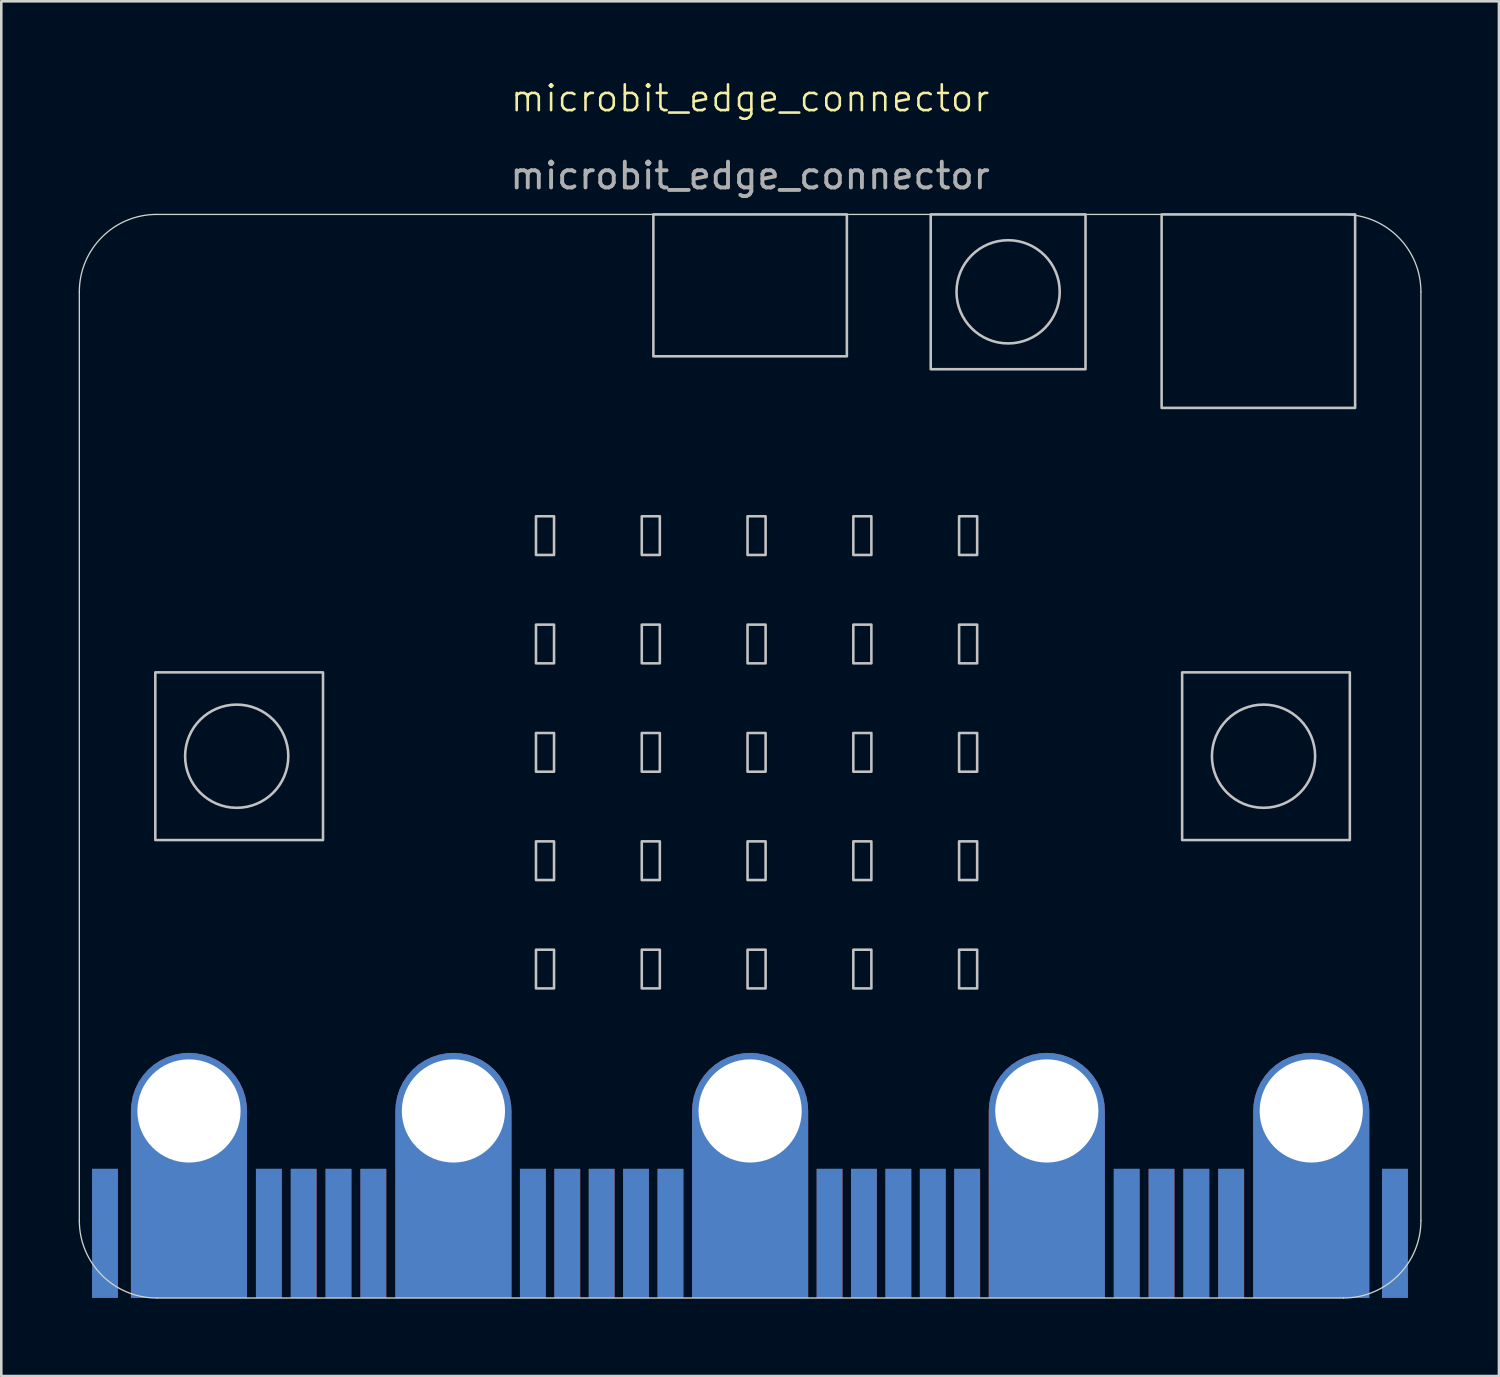
<source format=kicad_pcb>
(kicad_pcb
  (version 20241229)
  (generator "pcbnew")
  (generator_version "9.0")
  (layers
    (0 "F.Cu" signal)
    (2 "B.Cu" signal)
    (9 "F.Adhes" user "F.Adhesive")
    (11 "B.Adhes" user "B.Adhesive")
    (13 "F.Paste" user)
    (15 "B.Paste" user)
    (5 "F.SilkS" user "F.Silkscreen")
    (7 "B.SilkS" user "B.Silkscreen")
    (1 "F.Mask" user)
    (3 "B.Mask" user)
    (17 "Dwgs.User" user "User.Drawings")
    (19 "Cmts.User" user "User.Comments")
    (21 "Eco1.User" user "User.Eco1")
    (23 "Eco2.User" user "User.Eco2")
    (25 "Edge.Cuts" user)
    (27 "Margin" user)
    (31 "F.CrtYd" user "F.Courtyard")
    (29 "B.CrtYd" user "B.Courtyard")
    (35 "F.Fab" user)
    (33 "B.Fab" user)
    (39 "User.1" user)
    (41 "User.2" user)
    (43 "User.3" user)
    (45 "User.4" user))
  (footprint "microbit_edge_connector"
    (layer "F.Cu")
    (at 26.025 26.261)
    (property "Reference" "microbit_edge_connector" (at 0 -25.5 0) (unlocked yes) (layer "F.SilkS") (effects (font (size 1 1) (thickness 0.1))))
    (attr smd)
    (fp_rect (start -23.055 -3.25) (end -16.555 3.25) (stroke (width 0.1) (type default)) (fill no) (layer "Dwgs.User"))
    (fp_rect (start -8.3 -7.8) (end -7.6 -9.3) (stroke (width 0.1) (type default)) (fill no) (layer "Dwgs.User"))
    (fp_rect (start -8.3 -3.6) (end -7.6 -5.1) (stroke (width 0.1) (type default)) (fill no) (layer "Dwgs.User"))
    (fp_rect (start -8.3 0.6) (end -7.6 -0.9) (stroke (width 0.1) (type default)) (fill no) (layer "Dwgs.User"))
    (fp_rect (start -8.3 4.8) (end -7.6 3.3) (stroke (width 0.1) (type default)) (fill no) (layer "Dwgs.User"))
    (fp_rect (start -8.3 9) (end -7.6 7.5) (stroke (width 0.1) (type default)) (fill no) (layer "Dwgs.User"))
    (fp_rect (start -4.2 -7.8) (end -3.5 -9.3) (stroke (width 0.1) (type default)) (fill no) (layer "Dwgs.User"))
    (fp_rect (start -4.2 -3.6) (end -3.5 -5.1) (stroke (width 0.1) (type default)) (fill no) (layer "Dwgs.User"))
    (fp_rect (start -4.2 0.6) (end -3.5 -0.9) (stroke (width 0.1) (type default)) (fill no) (layer "Dwgs.User"))
    (fp_rect (start -4.2 4.8) (end -3.5 3.3) (stroke (width 0.1) (type default)) (fill no) (layer "Dwgs.User"))
    (fp_rect (start -4.2 9) (end -3.5 7.5) (stroke (width 0.1) (type default)) (fill no) (layer "Dwgs.User"))
    (fp_rect (start -3.75 -21) (end 3.75 -15.5) (stroke (width 0.1) (type default)) (fill no) (layer "Dwgs.User"))
    (fp_rect (start -0.1 -7.8) (end 0.6 -9.3) (stroke (width 0.1) (type default)) (fill no) (layer "Dwgs.User"))
    (fp_rect (start -0.1 -3.6) (end 0.6 -5.1) (stroke (width 0.1) (type default)) (fill no) (layer "Dwgs.User"))
    (fp_rect (start -0.1 0.6) (end 0.6 -0.9) (stroke (width 0.1) (type default)) (fill no) (layer "Dwgs.User"))
    (fp_rect (start -0.1 4.8) (end 0.6 3.3) (stroke (width 0.1) (type default)) (fill no) (layer "Dwgs.User"))
    (fp_rect (start -0.1 9) (end 0.6 7.5) (stroke (width 0.1) (type default)) (fill no) (layer "Dwgs.User"))
    (fp_rect (start 4 -7.8) (end 4.7 -9.3) (stroke (width 0.1) (type default)) (fill no) (layer "Dwgs.User"))
    (fp_rect (start 4 -3.6) (end 4.7 -5.1) (stroke (width 0.1) (type default)) (fill no) (layer "Dwgs.User"))
    (fp_rect (start 4 0.6) (end 4.7 -0.9) (stroke (width 0.1) (type default)) (fill no) (layer "Dwgs.User"))
    (fp_rect (start 4 4.8) (end 4.7 3.3) (stroke (width 0.1) (type default)) (fill no) (layer "Dwgs.User"))
    (fp_rect (start 4 9) (end 4.7 7.5) (stroke (width 0.1) (type default)) (fill no) (layer "Dwgs.User"))
    (fp_rect (start 7 -21) (end 13 -15) (stroke (width 0.1) (type default)) (fill no) (layer "Dwgs.User"))
    (fp_rect (start 8.1 -7.8) (end 8.8 -9.3) (stroke (width 0.1) (type default)) (fill no) (layer "Dwgs.User"))
    (fp_rect (start 8.1 -3.6) (end 8.8 -5.1) (stroke (width 0.1) (type default)) (fill no) (layer "Dwgs.User"))
    (fp_rect (start 8.1 0.6) (end 8.8 -0.9) (stroke (width 0.1) (type default)) (fill no) (layer "Dwgs.User"))
    (fp_rect (start 8.1 4.8) (end 8.8 3.3) (stroke (width 0.1) (type default)) (fill no) (layer "Dwgs.User"))
    (fp_rect (start 8.1 9) (end 8.8 7.5) (stroke (width 0.1) (type default)) (fill no) (layer "Dwgs.User"))
    (fp_rect (start 15.95 -21) (end 23.45 -13.5) (stroke (width 0.1) (type default)) (fill no) (layer "Dwgs.User"))
    (fp_rect (start 16.745 -3.25) (end 23.245 3.25) (stroke (width 0.1) (type default)) (fill no) (layer "Dwgs.User"))
    (fp_circle (center -19.9 0) (end -19.9 -2) (stroke (width 0.1) (type default)) (fill no) (layer "Dwgs.User"))
    (fp_circle (center 10 -18) (end 10 -20) (stroke (width 0.1) (type default)) (fill no) (layer "Dwgs.User"))
    (fp_circle (center 19.9 0) (end 19.9 -2) (stroke (width 0.1) (type default)) (fill no) (layer "Dwgs.User"))
    (fp_line (start -26 18) (end -26 -18) (stroke (width 0.05) (type default)) (layer "Edge.Cuts"))
    (fp_line (start -23 -21) (end 23 -21) (stroke (width 0.05) (type default)) (layer "Edge.Cuts"))
    (fp_line (start 23 21) (end -23 21) (stroke (width 0.05) (type default)) (layer "Edge.Cuts"))
    (fp_line (start 26 -18) (end 26 18) (stroke (width 0.05) (type default)) (layer "Edge.Cuts"))
    (fp_arc (start -26 -18) (mid -25.12132 -20.12132) (end -23 -21) (stroke (width 0.05) (type default)) (layer "Edge.Cuts"))
    (fp_arc (start -23 21) (mid -25.12132 20.12132) (end -26 18) (stroke (width 0.05) (type default)) (layer "Edge.Cuts"))
    (fp_arc (start 23 -21) (mid 25.12132 -20.12132) (end 26 -18) (stroke (width 0.05) (type default)) (layer "Edge.Cuts"))
    (fp_arc (start 26 18) (mid 25.12132 20.12132) (end 23 21) (stroke (width 0.05) (type default)) (layer "Edge.Cuts"))
    (fp_text user "${REFERENCE}" (at 0 -22.5 0) (unlocked yes) (layer "F.Fab") (effects (font (size 1 1) (thickness 0.15))))
    (pad "0" thru_hole roundrect (at -21.75 13.75) (size 4.5 9.5) (drill 4 (offset 0 2.5)) (layers "*.Cu" "*.Mask") (roundrect_rratio 0.5) (chamfer_ratio 0) (chamfer bottom_left bottom_right))
    (pad "1" thru_hole roundrect (at -11.5 13.75) (size 4.5 9.5) (drill 4 (offset 0 2.5)) (layers "*.Cu" "*.Mask") (roundrect_rratio 0.5) (chamfer_ratio 0) (chamfer bottom_left bottom_right))
    (pad "2" thru_hole roundrect (at 0 13.75) (size 4.5 9.5) (drill 4 (offset 0 2.5)) (layers "*.Cu" "*.Mask") (roundrect_rratio 0.5) (chamfer_ratio 0) (chamfer bottom_left bottom_right))
    (pad "3" smd rect (at -25.007 15.99) (size 1 5) (drill (offset 0 2.5)) (layers "B.Cu" "B.Mask" "B.Paste"))
    (pad "3" smd rect (at -25 16) (size 1 5) (drill (offset 0 2.5)) (layers "F.Cu" "F.Mask" "F.Paste"))
    (pad "3V" thru_hole roundrect (at 11.5 13.75) (size 4.5 9.5) (drill 4 (offset 0 2.5)) (layers "*.Cu" "*.Mask") (roundrect_rratio 0.5) (chamfer_ratio 0) (chamfer bottom_left bottom_right))
    (pad "4" smd rect (at -18.657 15.99) (size 1 5) (drill (offset 0 2.5)) (layers "B.Cu" "B.Mask" "B.Paste"))
    (pad "4" smd rect (at -18.65 16) (size 1 5) (drill (offset 0 2.5)) (layers "F.Cu" "F.Mask" "F.Paste"))
    (pad "5" smd rect (at -17.307 15.99) (size 1 5) (drill (offset 0 2.5)) (layers "B.Cu" "B.Mask" "B.Paste"))
    (pad "5" smd rect (at -17.3 16) (size 1 5) (drill (offset 0 2.5)) (layers "F.Cu" "F.Mask" "F.Paste"))
    (pad "6" smd rect (at -15.957 15.99) (size 1 5) (drill (offset 0 2.5)) (layers "B.Cu" "B.Mask" "B.Paste"))
    (pad "6" smd rect (at -15.95 16) (size 1 5) (drill (offset 0 2.5)) (layers "F.Cu" "F.Mask" "F.Paste"))
    (pad "7" smd rect (at -14.607 15.99) (size 1 5) (drill (offset 0 2.5)) (layers "B.Cu" "B.Mask" "B.Paste"))
    (pad "7" smd rect (at -14.6 16) (size 1 5) (drill (offset 0 2.5)) (layers "F.Cu" "F.Mask" "F.Paste"))
    (pad "8" smd rect (at -8.423 15.99) (size 1 5) (drill (offset 0 2.5)) (layers "B.Cu" "B.Mask" "B.Paste"))
    (pad "8" smd rect (at -8.417 16) (size 1 5) (drill (offset 0 2.5)) (layers "F.Cu" "F.Mask" "F.Paste"))
    (pad "9" smd rect (at -7.09 15.99) (size 1 5) (drill (offset 0 2.5)) (layers "B.Cu" "B.Mask" "B.Paste"))
    (pad "9" smd rect (at -7.083 16) (size 1 5) (drill (offset 0 2.5)) (layers "F.Cu" "F.Mask" "F.Paste"))
    (pad "10" smd rect (at -5.757 15.99) (size 1 5) (drill (offset 0 2.5)) (layers "B.Cu" "B.Mask" "B.Paste"))
    (pad "10" smd rect (at -5.75 16) (size 1 5) (drill (offset 0 2.5)) (layers "F.Cu" "F.Mask" "F.Paste"))
    (pad "11" smd rect (at -4.423 15.99) (size 1 5) (drill (offset 0 2.5)) (layers "B.Cu" "B.Mask" "B.Paste"))
    (pad "11" smd rect (at -4.417 16) (size 1 5) (drill (offset 0 2.5)) (layers "F.Cu" "F.Mask" "F.Paste"))
    (pad "12" smd rect (at -3.09 15.99) (size 1 5) (drill (offset 0 2.5)) (layers "B.Cu" "B.Mask" "B.Paste"))
    (pad "12" smd rect (at -3.083 16) (size 1 5) (drill (offset 0 2.5)) (layers "F.Cu" "F.Mask" "F.Paste"))
    (pad "13" smd rect (at 3.077 15.99) (size 1 5) (drill (offset 0 2.5)) (layers "B.Cu" "B.Mask" "B.Paste"))
    (pad "13" smd rect (at 3.083 16) (size 1 5) (drill (offset 0 2.5)) (layers "F.Cu" "F.Mask" "F.Paste"))
    (pad "14" smd rect (at 4.41 15.99) (size 1 5) (drill (offset 0 2.5)) (layers "B.Cu" "B.Mask" "B.Paste"))
    (pad "14" smd rect (at 4.417 16) (size 1 5) (drill (offset 0 2.5)) (layers "F.Cu" "F.Mask" "F.Paste"))
    (pad "15" smd rect (at 5.743 15.99) (size 1 5) (drill (offset 0 2.5)) (layers "B.Cu" "B.Mask" "B.Paste"))
    (pad "15" smd rect (at 5.75 16) (size 1 5) (drill (offset 0 2.5)) (layers "F.Cu" "F.Mask" "F.Paste"))
    (pad "16" smd rect (at 7.077 15.99) (size 1 5) (drill (offset 0 2.5)) (layers "B.Cu" "B.Mask" "B.Paste"))
    (pad "16" smd rect (at 7.083 16) (size 1 5) (drill (offset 0 2.5)) (layers "F.Cu" "F.Mask" "F.Paste"))
    (pad "17" smd rect (at 8.41 15.99) (size 1 5) (drill (offset 0 2.5)) (layers "B.Cu" "B.Mask" "B.Paste"))
    (pad "17" smd rect (at 8.417 16) (size 1 5) (drill (offset 0 2.5)) (layers "F.Cu" "F.Mask" "F.Paste"))
    (pad "18" smd rect (at 14.593 15.99) (size 1 5) (drill (offset 0 2.5)) (layers "B.Cu" "B.Mask" "B.Paste"))
    (pad "18" smd rect (at 14.6 16) (size 1 5) (drill (offset 0 2.5)) (layers "F.Cu" "F.Mask" "F.Paste"))
    (pad "19" smd rect (at 15.943 15.99) (size 1 5) (drill (offset 0 2.5)) (layers "B.Cu" "B.Mask" "B.Paste"))
    (pad "19" smd rect (at 15.95 16) (size 1 5) (drill (offset 0 2.5)) (layers "F.Cu" "F.Mask" "F.Paste"))
    (pad "20" smd rect (at 17.293 15.99) (size 1 5) (drill (offset 0 2.5)) (layers "B.Cu" "B.Mask" "B.Paste"))
    (pad "20" smd rect (at 17.3 16) (size 1 5) (drill (offset 0 2.5)) (layers "F.Cu" "F.Mask" "F.Paste"))
    (pad "21" smd rect (at 18.643 15.99) (size 1 5) (drill (offset 0 2.5)) (layers "B.Cu" "B.Mask" "B.Paste"))
    (pad "21" smd rect (at 18.65 16) (size 1 5) (drill (offset 0 2.5)) (layers "F.Cu" "F.Mask" "F.Paste"))
    (pad "22" smd rect (at 24.993 15.99) (size 1 5) (drill (offset 0 2.5)) (layers "B.Cu" "B.Mask" "B.Paste"))
    (pad "22" smd rect (at 25 16) (size 1 5) (drill (offset 0 2.5)) (layers "F.Cu" "F.Mask" "F.Paste"))
    (pad "GND" thru_hole roundrect (at 21.75 13.75) (size 4.5 9.5) (drill 4 (offset 0 2.5)) (layers "*.Cu" "*.Mask") (roundrect_rratio 0.5) (chamfer_ratio 0) (chamfer bottom_left bottom_right)))
  (gr_rect
    (start -3 -3)
    (end 55.05 50.285)
    (stroke (width 0.1) (type default))
    (fill no)
    (layer "Edge.Cuts")))
</source>
